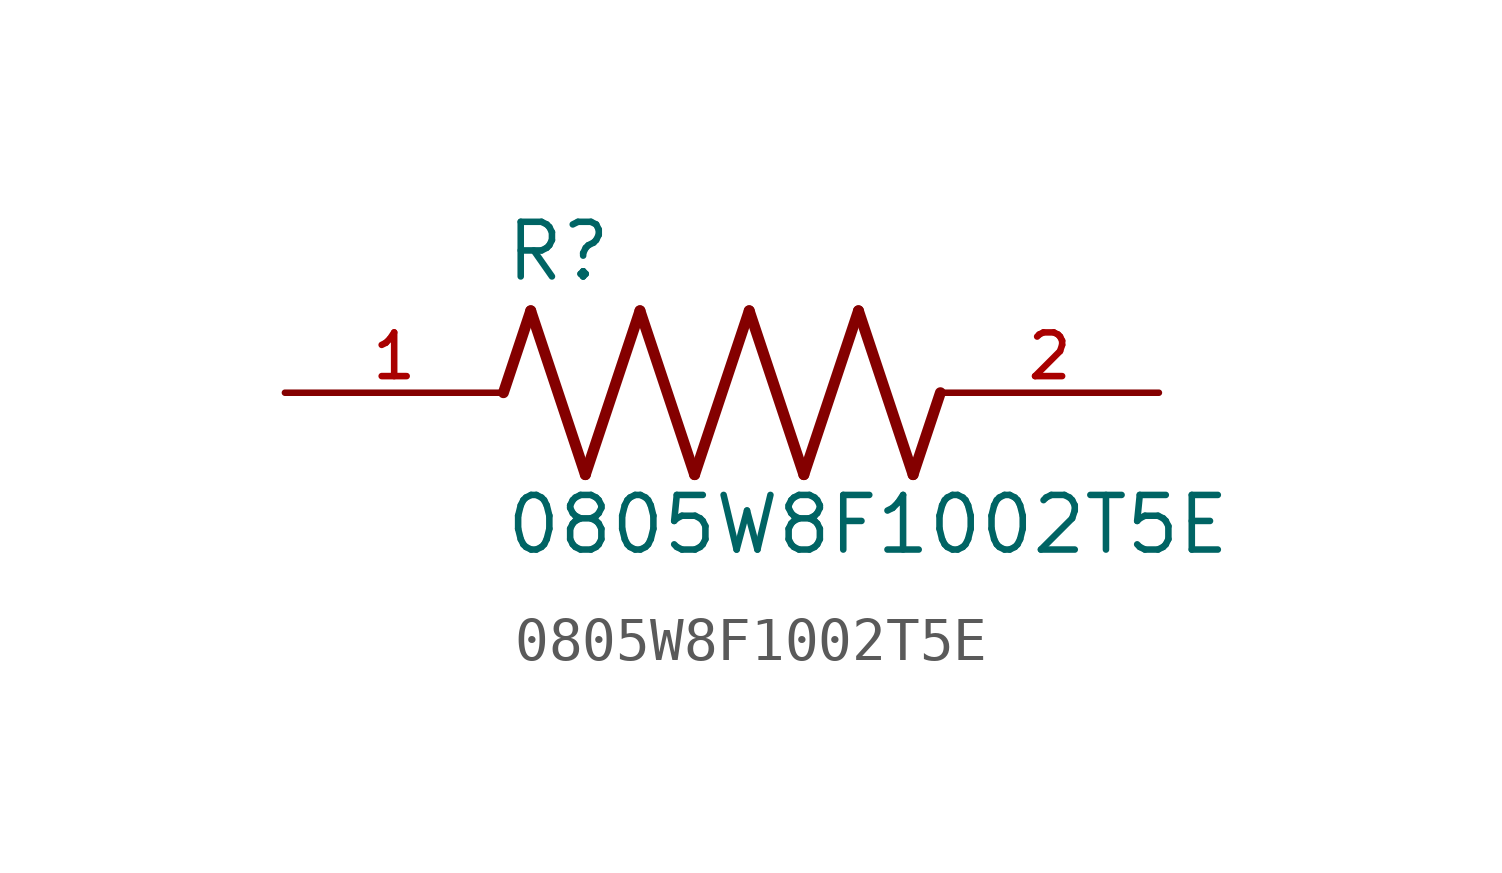
<source format=kicad_sym>
(kicad_symbol_lib
  (version 20211014)
  (generator kicad_symbol_editor)
  (symbol "0805W8F1002T5E"
    (pin_names
      (offset 1.016))
    (property "Reference" "R"
      (at -5.08 2.54 0)
      (effects (font (size 1.27 1.27)) (justify bottom left)))
    (property "Value" "0805W8F1002T5E"
      (at -5.08 -3.81 0)
      (effects (font (size 1.27 1.27)) (justify bottom left)))
    (symbol "0805W8F1002T5E_0_0"
      (polyline (pts (xy -5.08 0.0) (xy -4.445 1.905)) (stroke (width 0.254)))
      (polyline (pts (xy -4.445 1.905) (xy -3.175 -1.905)) (stroke (width 0.254)))
      (polyline (pts (xy -3.175 -1.905) (xy -1.905 1.905)) (stroke (width 0.254)))
      (polyline (pts (xy -1.905 1.905) (xy -0.635 -1.905)) (stroke (width 0.254)))
      (polyline (pts (xy -0.635 -1.905) (xy 0.635 1.905)) (stroke (width 0.254)))
      (polyline (pts (xy 0.635 1.905) (xy 1.905 -1.905)) (stroke (width 0.254)))
      (polyline (pts (xy 1.905 -1.905) (xy 3.175 1.905)) (stroke (width 0.254)))
      (polyline (pts (xy 3.175 1.905) (xy 4.445 -1.905)) (stroke (width 0.254)))
      (polyline (pts (xy 4.445 -1.905) (xy 5.08 0.0)) (stroke (width 0.254)))
      (pin passive line (at -10.16 0.0 0) (length 5.08) (name "~" (effects (font (size 1.016 1.016)))) (number "1" (effects (font (size 1.016 1.016)))))
      (pin passive line (at 10.16 0.0 180.0) (length 5.08) (name "~" (effects (font (size 1.016 1.016)))) (number "2" (effects (font (size 1.016 1.016))))))))
</source>
